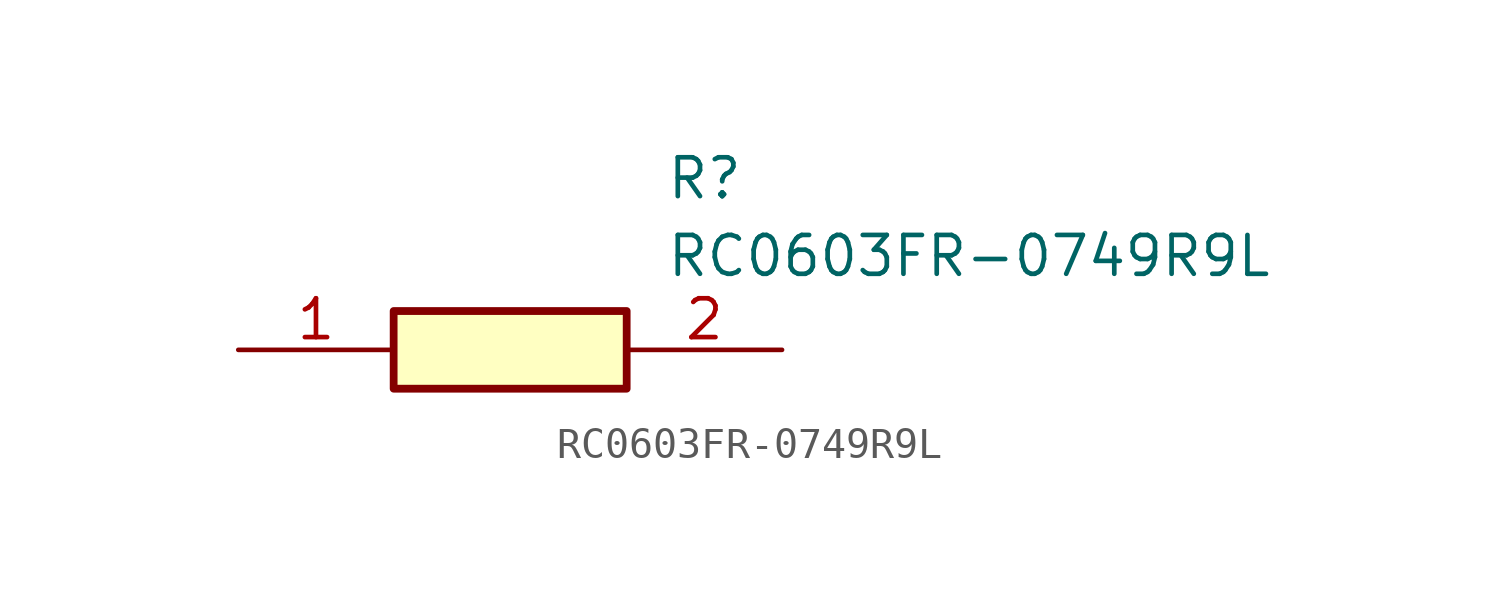
<source format=kicad_sym>
(kicad_symbol_lib
  (version 20211014)
  (generator SamacSys_ECAD_Model)
  (symbol "RC0603FR-0749R9L"
    (pin_names hide)
    (property "Reference" "R"
      (at 13.97 6.35 0)
      (effects (font (size 1.27 1.27)) (justify left top)))
    (property "Value" "RC0603FR-0749R9L"
      (at 13.97 3.81 0)
      (effects (font (size 1.27 1.27)) (justify left top)))
    (rectangle
      (start 5.08 1.27)
      (end 12.7 -1.27)
      (stroke (width 0.254) (type default))
      (fill (type background)))
    (pin passive line
      (at 0 0 0)
      (length 5.08)
      (name "1" (effects (font (size 1.27 1.27))))
      (number "1" (effects (font (size 1.27 1.27)))))
    (pin passive line
      (at 17.78 0 180)
      (length 5.08)
      (name "2" (effects (font (size 1.27 1.27))))
      (number "2" (effects (font (size 1.27 1.27)))))))
</source>
